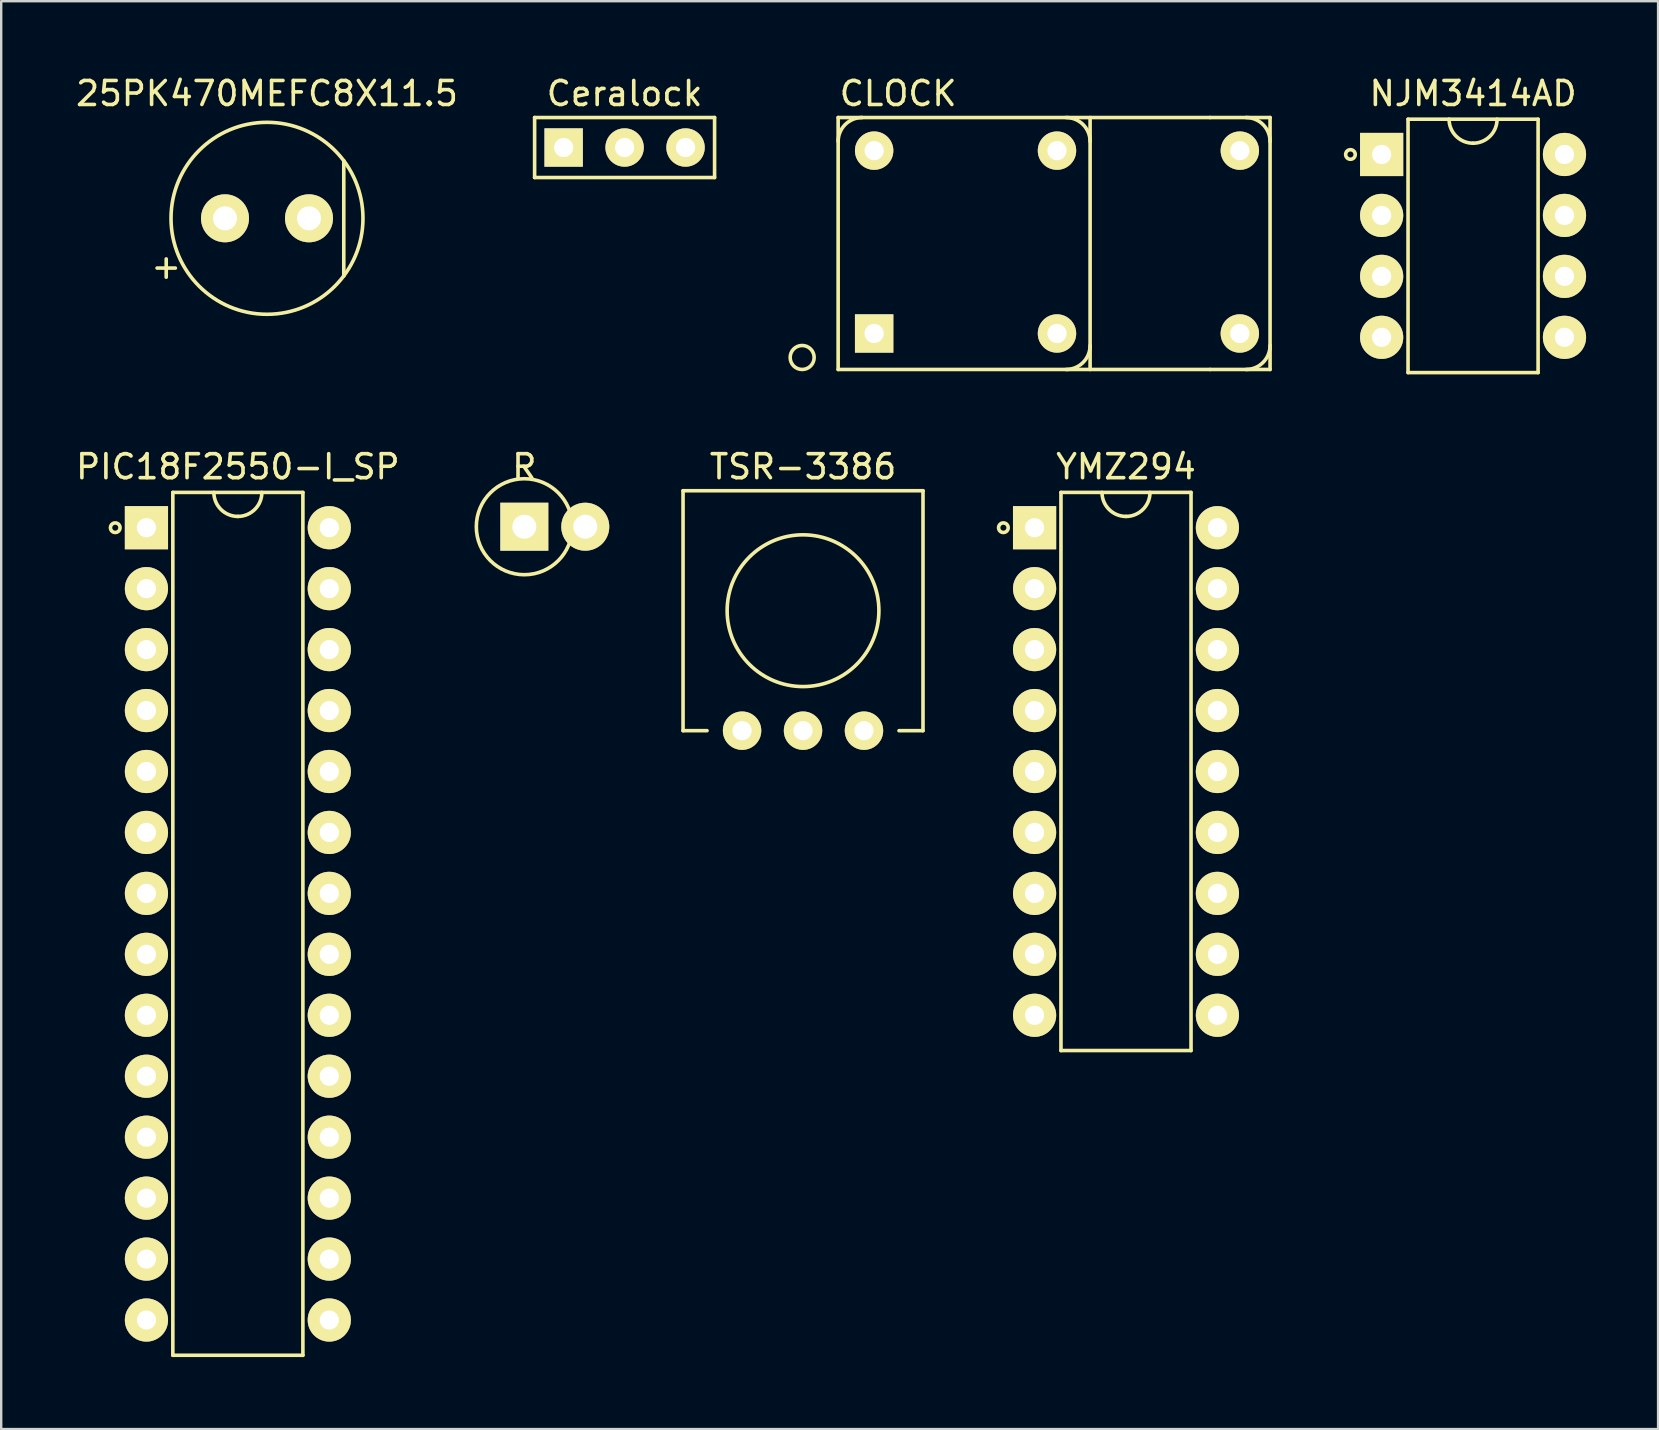
<source format=kicad_pcb>
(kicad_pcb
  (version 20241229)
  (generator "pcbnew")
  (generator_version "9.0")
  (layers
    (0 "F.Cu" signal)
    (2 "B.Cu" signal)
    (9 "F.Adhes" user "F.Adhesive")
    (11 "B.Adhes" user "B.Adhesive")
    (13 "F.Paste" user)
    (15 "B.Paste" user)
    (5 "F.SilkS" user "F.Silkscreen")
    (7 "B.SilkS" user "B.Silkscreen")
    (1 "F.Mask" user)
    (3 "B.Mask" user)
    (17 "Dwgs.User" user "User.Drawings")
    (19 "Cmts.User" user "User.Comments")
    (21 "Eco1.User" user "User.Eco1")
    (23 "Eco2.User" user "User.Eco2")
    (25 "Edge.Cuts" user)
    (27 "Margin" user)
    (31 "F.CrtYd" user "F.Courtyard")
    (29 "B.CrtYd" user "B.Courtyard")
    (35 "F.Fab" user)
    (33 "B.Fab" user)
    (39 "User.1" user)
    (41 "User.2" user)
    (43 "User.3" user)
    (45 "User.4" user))
  (footprint "25PK470MEFC8X11.5"
    (layer "F.Cu")
    (at 8.077 6.048)
    (property "Reference" "25PK470MEFC8X11.5" (at 0 -5.2 0) (layer "F.SilkS") (effects (font (size 1 1) (thickness 0.15))))
    (attr through_hole)
    (fp_line (start 3.2 -2.4) (end 3.2 2.4) (stroke (width 0.15) (type solid)) (layer "F.SilkS"))
    (fp_circle (center 0 0) (end 0 -4) (stroke (width 0.15) (type solid)) (fill no) (layer "F.SilkS"))
    (fp_text user "+" (at -4.2 2 0) (layer "F.SilkS") (effects (font (size 1 1) (thickness 0.15))))
    (pad "1" thru_hole circle (at -1.75 0) (size 2 2) (drill 1) (layers "*.Cu" "*.Mask" "F.SilkS"))
    (pad "2" thru_hole circle (at 1.75 0) (size 2 2) (drill 1) (layers "*.Cu" "*.Mask" "F.SilkS")))
  (footprint "R"
    (layer "F.Cu")
    (at 18.801 18.901)
    (property "Reference" "R" (at 0 -2.5 0) (layer "F.SilkS") (effects (font (size 1 1) (thickness 0.15))))
    (attr through_hole)
    (fp_circle (center 0 0) (end 0 -2) (stroke (width 0.15) (type solid)) (fill no) (layer "F.SilkS"))
    (pad "1" thru_hole rect (at 0 0) (size 2 2) (drill 1) (layers "*.Cu" "*.Mask" "F.SilkS"))
    (pad "2" thru_hole circle (at 2.54 0) (size 2 2) (drill 1) (layers "*.Cu" "*.Mask" "F.SilkS")))
  (footprint "PIC18F2550-I_SP"
    (layer "F.Cu")
    (at 3.053 18.942)
    (property "Reference" "PIC18F2550-I_SP" (at 3.81 -2.54 0) (layer "F.SilkS") (effects (font (size 1 1) (thickness 0.15))))
    (attr through_hole)
    (fp_line (start 1.1 -1.47) (end 6.52 -1.47) (stroke (width 0.15) (type solid)) (layer "F.SilkS"))
    (fp_line (start 1.1 34.49) (end 1.1 -1.47) (stroke (width 0.15) (type solid)) (layer "F.SilkS"))
    (fp_line (start 6.52 -1.47) (end 6.52 34.49) (stroke (width 0.15) (type solid)) (layer "F.SilkS"))
    (fp_line (start 6.52 34.49) (end 1.1 34.49) (stroke (width 0.15) (type solid)) (layer "F.SilkS"))
    (fp_arc (start 3.81 -0.47) (mid 3.102893 -0.762893) (end 2.81 -1.47) (stroke (width 0.15) (type solid)) (layer "F.SilkS"))
    (fp_arc (start 4.81 -1.47) (mid 4.517107 -0.762893) (end 3.81 -0.47) (stroke (width 0.15) (type solid)) (layer "F.SilkS"))
    (fp_circle (center -1.3 0) (end -1.3 0.2) (stroke (width 0.15) (type solid)) (fill no) (layer "F.SilkS"))
    (pad "1" thru_hole rect (at 0 0) (size 1.8 1.8) (drill 0.8) (layers "*.Cu" "*.Mask" "F.SilkS"))
    (pad "2" thru_hole circle (at 0 2.54) (size 1.8 1.8) (drill 0.8) (layers "*.Cu" "*.Mask" "F.SilkS"))
    (pad "3" thru_hole circle (at 0 5.08) (size 1.8 1.8) (drill 0.8) (layers "*.Cu" "*.Mask" "F.SilkS"))
    (pad "4" thru_hole circle (at 0 7.62) (size 1.8 1.8) (drill 0.8) (layers "*.Cu" "*.Mask" "F.SilkS"))
    (pad "5" thru_hole circle (at 0 10.16) (size 1.8 1.8) (drill 0.8) (layers "*.Cu" "*.Mask" "F.SilkS"))
    (pad "6" thru_hole circle (at 0 12.7) (size 1.8 1.8) (drill 0.8) (layers "*.Cu" "*.Mask" "F.SilkS"))
    (pad "7" thru_hole circle (at 0 15.24) (size 1.8 1.8) (drill 0.8) (layers "*.Cu" "*.Mask" "F.SilkS"))
    (pad "8" thru_hole circle (at 0 17.78) (size 1.8 1.8) (drill 0.8) (layers "*.Cu" "*.Mask" "F.SilkS"))
    (pad "9" thru_hole circle (at 0 20.32) (size 1.8 1.8) (drill 0.8) (layers "*.Cu" "*.Mask" "F.SilkS"))
    (pad "10" thru_hole circle (at 0 22.86) (size 1.8 1.8) (drill 0.8) (layers "*.Cu" "*.Mask" "F.SilkS"))
    (pad "11" thru_hole circle (at 0 25.4) (size 1.8 1.8) (drill 0.8) (layers "*.Cu" "*.Mask" "F.SilkS"))
    (pad "12" thru_hole circle (at 0 27.94) (size 1.8 1.8) (drill 0.8) (layers "*.Cu" "*.Mask" "F.SilkS"))
    (pad "13" thru_hole circle (at 0 30.48) (size 1.8 1.8) (drill 0.8) (layers "*.Cu" "*.Mask" "F.SilkS"))
    (pad "14" thru_hole circle (at 0 33.02) (size 1.8 1.8) (drill 0.8) (layers "*.Cu" "*.Mask" "F.SilkS"))
    (pad "15" thru_hole circle (at 7.62 33.02) (size 1.8 1.8) (drill 0.8) (layers "*.Cu" "*.Mask" "F.SilkS"))
    (pad "16" thru_hole circle (at 7.62 30.48) (size 1.8 1.8) (drill 0.8) (layers "*.Cu" "*.Mask" "F.SilkS"))
    (pad "17" thru_hole circle (at 7.62 27.94) (size 1.8 1.8) (drill 0.8) (layers "*.Cu" "*.Mask" "F.SilkS"))
    (pad "18" thru_hole circle (at 7.62 25.4) (size 1.8 1.8) (drill 0.8) (layers "*.Cu" "*.Mask" "F.SilkS"))
    (pad "19" thru_hole circle (at 7.62 22.86) (size 1.8 1.8) (drill 0.8) (layers "*.Cu" "*.Mask" "F.SilkS"))
    (pad "20" thru_hole circle (at 7.62 20.32) (size 1.8 1.8) (drill 0.8) (layers "*.Cu" "*.Mask" "F.SilkS"))
    (pad "21" thru_hole circle (at 7.62 17.78) (size 1.8 1.8) (drill 0.8) (layers "*.Cu" "*.Mask" "F.SilkS"))
    (pad "22" thru_hole circle (at 7.62 15.24) (size 1.8 1.8) (drill 0.8) (layers "*.Cu" "*.Mask" "F.SilkS"))
    (pad "23" thru_hole circle (at 7.62 12.7) (size 1.8 1.8) (drill 0.8) (layers "*.Cu" "*.Mask" "F.SilkS"))
    (pad "24" thru_hole circle (at 7.62 10.16) (size 1.8 1.8) (drill 0.8) (layers "*.Cu" "*.Mask" "F.SilkS"))
    (pad "25" thru_hole circle (at 7.62 7.62) (size 1.8 1.8) (drill 0.8) (layers "*.Cu" "*.Mask" "F.SilkS"))
    (pad "26" thru_hole circle (at 7.62 5.08) (size 1.8 1.8) (drill 0.8) (layers "*.Cu" "*.Mask" "F.SilkS"))
    (pad "27" thru_hole circle (at 7.62 2.54) (size 1.8 1.8) (drill 0.8) (layers "*.Cu" "*.Mask" "F.SilkS"))
    (pad "28" thru_hole circle (at 7.62 0) (size 1.8 1.8) (drill 0.8) (layers "*.Cu" "*.Mask" "F.SilkS")))
  (footprint "CLOCK"
    (layer "F.Cu")
    (at 33.38 10.848)
    (property "Reference" "CLOCK" (at 1 -10 0) (layer "F.SilkS") (effects (font (size 1 1) (thickness 0.15))))
    (attr through_hole)
    (fp_line (start -1.5 -9) (end -1.5 1.5) (stroke (width 0.15) (type solid)) (layer "F.SilkS"))
    (fp_line (start -1.5 1.5) (end 14 1.5) (stroke (width 0.15) (type solid)) (layer "F.SilkS"))
    (fp_line (start 9 -9) (end 9 1.5) (stroke (width 0.15) (type solid)) (layer "F.SilkS"))
    (fp_line (start 14 -9) (end -1.5 -9) (stroke (width 0.15) (type solid)) (layer "F.SilkS"))
    (fp_line (start 14 -9) (end 16.5 -9) (stroke (width 0.15) (type solid)) (layer "F.SilkS"))
    (fp_line (start 14 1.5) (end 16.5 1.5) (stroke (width 0.15) (type solid)) (layer "F.SilkS"))
    (fp_line (start 16.5 1.5) (end 16.5 -9) (stroke (width 0.15) (type solid)) (layer "F.SilkS"))
    (fp_arc (start -1.5 -8) (mid -1.207107 -8.707107) (end -0.5 -9) (stroke (width 0.15) (type solid)) (layer "F.SilkS"))
    (fp_arc (start 8 -9) (mid 8.707107 -8.707107) (end 9 -8) (stroke (width 0.15) (type solid)) (layer "F.SilkS"))
    (fp_arc (start 9 0.5) (mid 8.707107 1.207107) (end 8 1.5) (stroke (width 0.15) (type solid)) (layer "F.SilkS"))
    (fp_arc (start 15.5 -9) (mid 16.207107 -8.707107) (end 16.5 -8) (stroke (width 0.15) (type solid)) (layer "F.SilkS"))
    (fp_arc (start 16.5 0.5) (mid 16.207107 1.207107) (end 15.5 1.5) (stroke (width 0.15) (type solid)) (layer "F.SilkS"))
    (fp_circle (center -3 1) (end -3 0.5) (stroke (width 0.15) (type solid)) (fill no) (layer "F.SilkS"))
    (pad "1" thru_hole rect (at 0 0) (size 1.6 1.6) (drill 0.8) (layers "*.Cu" "*.Mask" "F.SilkS"))
    (pad "7" thru_hole circle (at 7.62 0) (size 1.6 1.6) (drill 0.8) (layers "*.Cu" "*.Mask" "F.SilkS"))
    (pad "7" thru_hole circle (at 15.24 0) (size 1.6 1.6) (drill 0.8) (layers "*.Cu" "*.Mask" "F.SilkS"))
    (pad "8" thru_hole circle (at 7.62 -7.62) (size 1.6 1.6) (drill 0.8) (layers "*.Cu" "*.Mask" "F.SilkS"))
    (pad "8" thru_hole circle (at 15.24 -7.62) (size 1.6 1.6) (drill 0.8) (layers "*.Cu" "*.Mask" "F.SilkS"))
    (pad "14" thru_hole circle (at 0 -7.62) (size 1.6 1.6) (drill 0.8) (layers "*.Cu" "*.Mask" "F.SilkS")))
  (footprint "Ceralock"
    (layer "F.Cu")
    (at 22.98 3.098)
    (property "Reference" "Ceralock" (at 0 -2.25 0) (layer "F.SilkS") (effects (font (size 1 1) (thickness 0.15))))
    (attr through_hole)
    (fp_line (start -3.75 -1.25) (end -3.75 1.25) (stroke (width 0.15) (type solid)) (layer "F.SilkS"))
    (fp_line (start -3.75 1.25) (end 3.75 1.25) (stroke (width 0.15) (type solid)) (layer "F.SilkS"))
    (fp_line (start 3.75 -1.25) (end -3.75 -1.25) (stroke (width 0.15) (type solid)) (layer "F.SilkS"))
    (fp_line (start 3.75 1.25) (end 3.75 -1.25) (stroke (width 0.15) (type solid)) (layer "F.SilkS"))
    (pad "1" thru_hole rect (at -2.54 0) (size 1.6 1.6) (drill 0.8) (layers "*.Cu" "*.Mask" "F.SilkS"))
    (pad "2" thru_hole circle (at 0 0) (size 1.6 1.6) (drill 0.8) (layers "*.Cu" "*.Mask" "F.SilkS"))
    (pad "3" thru_hole circle (at 2.54 0) (size 1.6 1.6) (drill 0.8) (layers "*.Cu" "*.Mask" "F.SilkS")))
  (footprint "TSR-3386"
    (layer "F.Cu")
    (at 30.416 27.401)
    (property "Reference" "TSR-3386" (at 0 -11 0) (layer "F.SilkS") (effects (font (size 1 1) (thickness 0.15))))
    (attr through_hole)
    (fp_line (start -5 -10) (end 5 -10) (stroke (width 0.15) (type solid)) (layer "F.SilkS"))
    (fp_line (start -5 0) (end -5 -10) (stroke (width 0.15) (type solid)) (layer "F.SilkS"))
    (fp_line (start -5 0) (end -4 0) (stroke (width 0.15) (type solid)) (layer "F.SilkS"))
    (fp_line (start 4 0) (end 5 0) (stroke (width 0.15) (type solid)) (layer "F.SilkS"))
    (fp_line (start 5 -10) (end 5 0) (stroke (width 0.15) (type solid)) (layer "F.SilkS"))
    (fp_circle (center 0 -5) (end 1 -8) (stroke (width 0.15) (type solid)) (fill no) (layer "F.SilkS"))
    (pad "1" thru_hole circle (at -2.54 0) (size 1.6 1.6) (drill 0.8) (layers "*.Cu" "*.Mask" "F.SilkS"))
    (pad "2" thru_hole circle (at 0 0) (size 1.6 1.6) (drill 0.8) (layers "*.Cu" "*.Mask" "F.SilkS"))
    (pad "3" thru_hole circle (at 2.54 0) (size 1.6 1.6) (drill 0.8) (layers "*.Cu" "*.Mask" "F.SilkS")))
  (footprint "NJM3414AD"
    (layer "F.Cu")
    (at 54.53 3.388)
    (property "Reference" "NJM3414AD" (at 3.81 -2.54 0) (layer "F.SilkS") (effects (font (size 1 1) (thickness 0.15))))
    (attr through_hole)
    (fp_line (start 1.1 -1.47) (end 6.52 -1.47) (stroke (width 0.15) (type solid)) (layer "F.SilkS"))
    (fp_line (start 1.1 9.09) (end 1.1 -1.47) (stroke (width 0.15) (type solid)) (layer "F.SilkS"))
    (fp_line (start 6.52 -1.47) (end 6.52 9.09) (stroke (width 0.15) (type solid)) (layer "F.SilkS"))
    (fp_line (start 6.52 9.09) (end 1.1 9.09) (stroke (width 0.15) (type solid)) (layer "F.SilkS"))
    (fp_arc (start 3.81 -0.47) (mid 3.102893 -0.762893) (end 2.81 -1.47) (stroke (width 0.15) (type solid)) (layer "F.SilkS"))
    (fp_arc (start 4.81 -1.47) (mid 4.517107 -0.762893) (end 3.81 -0.47) (stroke (width 0.15) (type solid)) (layer "F.SilkS"))
    (fp_circle (center -1.3 0) (end -1.3 0.2) (stroke (width 0.15) (type solid)) (fill no) (layer "F.SilkS"))
    (pad "1" thru_hole rect (at 0 0) (size 1.8 1.8) (drill 0.8) (layers "*.Cu" "*.Mask" "F.SilkS"))
    (pad "2" thru_hole circle (at 0 2.54) (size 1.8 1.8) (drill 0.8) (layers "*.Cu" "*.Mask" "F.SilkS"))
    (pad "3" thru_hole circle (at 0 5.08) (size 1.8 1.8) (drill 0.8) (layers "*.Cu" "*.Mask" "F.SilkS"))
    (pad "4" thru_hole circle (at 0 7.62) (size 1.8 1.8) (drill 0.8) (layers "*.Cu" "*.Mask" "F.SilkS"))
    (pad "5" thru_hole circle (at 7.62 7.62) (size 1.8 1.8) (drill 0.8) (layers "*.Cu" "*.Mask" "F.SilkS"))
    (pad "6" thru_hole circle (at 7.62 5.08) (size 1.8 1.8) (drill 0.8) (layers "*.Cu" "*.Mask" "F.SilkS"))
    (pad "7" thru_hole circle (at 7.62 2.54) (size 1.8 1.8) (drill 0.8) (layers "*.Cu" "*.Mask" "F.SilkS"))
    (pad "8" thru_hole circle (at 7.62 0) (size 1.8 1.8) (drill 0.8) (layers "*.Cu" "*.Mask" "F.SilkS")))
  (footprint "YMZ294"
    (layer "F.Cu")
    (at 40.066 18.942)
    (property "Reference" "YMZ294" (at 3.81 -2.54 0) (layer "F.SilkS") (effects (font (size 1 1) (thickness 0.15))))
    (attr through_hole)
    (fp_line (start 1.1 -1.47) (end 6.52 -1.47) (stroke (width 0.15) (type solid)) (layer "F.SilkS"))
    (fp_line (start 1.1 21.79) (end 1.1 -1.47) (stroke (width 0.15) (type solid)) (layer "F.SilkS"))
    (fp_line (start 6.52 -1.47) (end 6.52 21.79) (stroke (width 0.15) (type solid)) (layer "F.SilkS"))
    (fp_line (start 6.52 21.79) (end 1.1 21.79) (stroke (width 0.15) (type solid)) (layer "F.SilkS"))
    (fp_arc (start 3.81 -0.47) (mid 3.102893 -0.762893) (end 2.81 -1.47) (stroke (width 0.15) (type solid)) (layer "F.SilkS"))
    (fp_arc (start 4.81 -1.47) (mid 4.517107 -0.762893) (end 3.81 -0.47) (stroke (width 0.15) (type solid)) (layer "F.SilkS"))
    (fp_circle (center -1.3 0) (end -1.3 0.2) (stroke (width 0.15) (type solid)) (fill no) (layer "F.SilkS"))
    (pad "1" thru_hole rect (at 0 0) (size 1.8 1.8) (drill 0.8) (layers "*.Cu" "*.Mask" "F.SilkS"))
    (pad "2" thru_hole circle (at 0 2.54) (size 1.8 1.8) (drill 0.8) (layers "*.Cu" "*.Mask" "F.SilkS"))
    (pad "3" thru_hole circle (at 0 5.08) (size 1.8 1.8) (drill 0.8) (layers "*.Cu" "*.Mask" "F.SilkS"))
    (pad "4" thru_hole circle (at 0 7.62) (size 1.8 1.8) (drill 0.8) (layers "*.Cu" "*.Mask" "F.SilkS"))
    (pad "5" thru_hole circle (at 0 10.16) (size 1.8 1.8) (drill 0.8) (layers "*.Cu" "*.Mask" "F.SilkS"))
    (pad "6" thru_hole circle (at 0 12.7) (size 1.8 1.8) (drill 0.8) (layers "*.Cu" "*.Mask" "F.SilkS"))
    (pad "7" thru_hole circle (at 0 15.24) (size 1.8 1.8) (drill 0.8) (layers "*.Cu" "*.Mask" "F.SilkS"))
    (pad "8" thru_hole circle (at 0 17.78) (size 1.8 1.8) (drill 0.8) (layers "*.Cu" "*.Mask" "F.SilkS"))
    (pad "9" thru_hole circle (at 0 20.32) (size 1.8 1.8) (drill 0.8) (layers "*.Cu" "*.Mask" "F.SilkS"))
    (pad "10" thru_hole circle (at 7.62 20.32) (size 1.8 1.8) (drill 0.8) (layers "*.Cu" "*.Mask" "F.SilkS"))
    (pad "11" thru_hole circle (at 7.62 17.78) (size 1.8 1.8) (drill 0.8) (layers "*.Cu" "*.Mask" "F.SilkS"))
    (pad "12" thru_hole circle (at 7.62 15.24) (size 1.8 1.8) (drill 0.8) (layers "*.Cu" "*.Mask" "F.SilkS"))
    (pad "13" thru_hole circle (at 7.62 12.7) (size 1.8 1.8) (drill 0.8) (layers "*.Cu" "*.Mask" "F.SilkS"))
    (pad "14" thru_hole circle (at 7.62 10.16) (size 1.8 1.8) (drill 0.8) (layers "*.Cu" "*.Mask" "F.SilkS"))
    (pad "15" thru_hole circle (at 7.62 7.62) (size 1.8 1.8) (drill 0.8) (layers "*.Cu" "*.Mask" "F.SilkS"))
    (pad "16" thru_hole circle (at 7.62 5.08) (size 1.8 1.8) (drill 0.8) (layers "*.Cu" "*.Mask" "F.SilkS"))
    (pad "17" thru_hole circle (at 7.62 2.54) (size 1.8 1.8) (drill 0.8) (layers "*.Cu" "*.Mask" "F.SilkS"))
    (pad "18" thru_hole circle (at 7.62 0) (size 1.8 1.8) (drill 0.8) (layers "*.Cu" "*.Mask" "F.SilkS")))
  (gr_rect
    (start -3 -3)
    (end 66.05 56.507)
    (stroke (width 0.1) (type default))
    (fill no)
    (layer "Edge.Cuts")))
</source>
